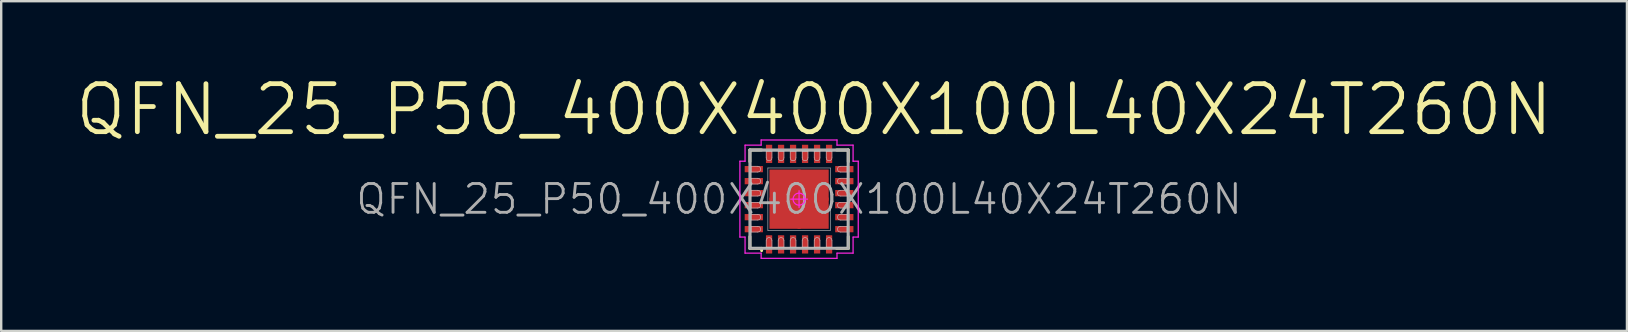
<source format=kicad_pcb>
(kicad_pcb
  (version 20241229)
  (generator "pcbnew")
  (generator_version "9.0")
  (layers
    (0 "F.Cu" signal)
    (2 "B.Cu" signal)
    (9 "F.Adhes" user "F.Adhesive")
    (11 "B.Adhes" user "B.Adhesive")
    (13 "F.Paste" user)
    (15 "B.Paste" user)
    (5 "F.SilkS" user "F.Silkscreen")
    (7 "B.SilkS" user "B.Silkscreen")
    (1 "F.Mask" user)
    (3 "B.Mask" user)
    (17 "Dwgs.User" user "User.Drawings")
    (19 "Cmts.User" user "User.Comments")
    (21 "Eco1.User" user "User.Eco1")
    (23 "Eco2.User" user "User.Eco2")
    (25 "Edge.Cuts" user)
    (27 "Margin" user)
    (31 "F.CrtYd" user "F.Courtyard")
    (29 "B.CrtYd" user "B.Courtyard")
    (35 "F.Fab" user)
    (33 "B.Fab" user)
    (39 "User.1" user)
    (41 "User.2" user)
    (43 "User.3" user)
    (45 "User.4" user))
  (footprint "QFN_25_P50_400X400X100L40X24T260N"
    (layer "F.Cu")
    (at 30.237 5.246)
    (property "Reference" "QFN_25_P50_400X400X100L40X24T260N" (at 0 0 0) (layer "F.Fab") (effects (font (size 1.2 1.2) (thickness 0.12))))
    (attr smd)
    (fp_line (start -2.05 -2.05) (end -2.05 -1.56) (stroke (width 0.12) (type solid)) (layer "F.SilkS"))
    (fp_line (start -2.05 2.05) (end -2.05 1.56) (stroke (width 0.12) (type solid)) (layer "F.SilkS"))
    (fp_line (start -1.56 -2.05) (end -2.05 -2.05) (stroke (width 0.12) (type solid)) (layer "F.SilkS"))
    (fp_line (start -1.56 2.05) (end -2.05 2.05) (stroke (width 0.12) (type solid)) (layer "F.SilkS"))
    (fp_line (start -1.56 2.05) (end -1.56 2.145) (stroke (width 0.12) (type solid)) (layer "F.SilkS"))
    (fp_line (start 1.56 -2.05) (end 2.05 -2.05) (stroke (width 0.12) (type solid)) (layer "F.SilkS"))
    (fp_line (start 1.56 2.05) (end 2.05 2.05) (stroke (width 0.12) (type solid)) (layer "F.SilkS"))
    (fp_line (start 2.05 -2.05) (end 2.05 -1.56) (stroke (width 0.12) (type solid)) (layer "F.SilkS"))
    (fp_line (start 2.05 2.05) (end 2.05 1.56) (stroke (width 0.12) (type solid)) (layer "F.SilkS"))
    (fp_line (start -2 -2) (end 2 -2) (stroke (width 0.025) (type solid)) (layer "Dwgs.User"))
    (fp_line (start -2 -1.37) (end -2 -1.13) (stroke (width 0.025) (type solid)) (layer "Dwgs.User"))
    (fp_line (start -2 -1.13) (end -1.72 -1.13) (stroke (width 0.025) (type solid)) (layer "Dwgs.User"))
    (fp_line (start -2 -0.87) (end -2 -0.63) (stroke (width 0.025) (type solid)) (layer "Dwgs.User"))
    (fp_line (start -2 -0.63) (end -1.72 -0.63) (stroke (width 0.025) (type solid)) (layer "Dwgs.User"))
    (fp_line (start -2 -0.37) (end -2 -0.13) (stroke (width 0.025) (type solid)) (layer "Dwgs.User"))
    (fp_line (start -2 -0.13) (end -1.72 -0.13) (stroke (width 0.025) (type solid)) (layer "Dwgs.User"))
    (fp_line (start -2 0.13) (end -2 0.37) (stroke (width 0.025) (type solid)) (layer "Dwgs.User"))
    (fp_line (start -2 0.37) (end -1.72 0.37) (stroke (width 0.025) (type solid)) (layer "Dwgs.User"))
    (fp_line (start -2 0.63) (end -2 0.87) (stroke (width 0.025) (type solid)) (layer "Dwgs.User"))
    (fp_line (start -2 0.87) (end -1.72 0.87) (stroke (width 0.025) (type solid)) (layer "Dwgs.User"))
    (fp_line (start -2 1.13) (end -2 1.37) (stroke (width 0.025) (type solid)) (layer "Dwgs.User"))
    (fp_line (start -2 1.37) (end -1.72 1.37) (stroke (width 0.025) (type solid)) (layer "Dwgs.User"))
    (fp_line (start -2 2) (end -2 -2) (stroke (width 0.025) (type solid)) (layer "Dwgs.User"))
    (fp_line (start -1.72 -1.37) (end -2 -1.37) (stroke (width 0.025) (type solid)) (layer "Dwgs.User"))
    (fp_line (start -1.72 -0.87) (end -2 -0.87) (stroke (width 0.025) (type solid)) (layer "Dwgs.User"))
    (fp_line (start -1.72 -0.37) (end -2 -0.37) (stroke (width 0.025) (type solid)) (layer "Dwgs.User"))
    (fp_line (start -1.72 0.13) (end -2 0.13) (stroke (width 0.025) (type solid)) (layer "Dwgs.User"))
    (fp_line (start -1.72 0.63) (end -2 0.63) (stroke (width 0.025) (type solid)) (layer "Dwgs.User"))
    (fp_line (start -1.72 1.13) (end -2 1.13) (stroke (width 0.025) (type solid)) (layer "Dwgs.User"))
    (fp_line (start -1.37 -2) (end -1.37 -1.72) (stroke (width 0.025) (type solid)) (layer "Dwgs.User"))
    (fp_line (start -1.37 1.72) (end -1.37 2) (stroke (width 0.025) (type solid)) (layer "Dwgs.User"))
    (fp_line (start -1.37 2) (end -1.13 2) (stroke (width 0.025) (type solid)) (layer "Dwgs.User"))
    (fp_line (start -1.3 -1.3) (end 1.3 -1.3) (stroke (width 0.025) (type solid)) (layer "Dwgs.User"))
    (fp_line (start -1.3 1.3) (end -1.3 -1.3) (stroke (width 0.025) (type solid)) (layer "Dwgs.User"))
    (fp_line (start -1.13 -2) (end -1.37 -2) (stroke (width 0.025) (type solid)) (layer "Dwgs.User"))
    (fp_line (start -1.13 -1.72) (end -1.13 -2) (stroke (width 0.025) (type solid)) (layer "Dwgs.User"))
    (fp_line (start -1.13 2) (end -1.13 1.72) (stroke (width 0.025) (type solid)) (layer "Dwgs.User"))
    (fp_line (start -0.87 -2) (end -0.87 -1.72) (stroke (width 0.025) (type solid)) (layer "Dwgs.User"))
    (fp_line (start -0.87 1.72) (end -0.87 2) (stroke (width 0.025) (type solid)) (layer "Dwgs.User"))
    (fp_line (start -0.87 2) (end -0.63 2) (stroke (width 0.025) (type solid)) (layer "Dwgs.User"))
    (fp_line (start -0.63 -2) (end -0.87 -2) (stroke (width 0.025) (type solid)) (layer "Dwgs.User"))
    (fp_line (start -0.63 -1.72) (end -0.63 -2) (stroke (width 0.025) (type solid)) (layer "Dwgs.User"))
    (fp_line (start -0.63 2) (end -0.63 1.72) (stroke (width 0.025) (type solid)) (layer "Dwgs.User"))
    (fp_line (start -0.37 -2) (end -0.37 -1.72) (stroke (width 0.025) (type solid)) (layer "Dwgs.User"))
    (fp_line (start -0.37 1.72) (end -0.37 2) (stroke (width 0.025) (type solid)) (layer "Dwgs.User"))
    (fp_line (start -0.37 2) (end -0.13 2) (stroke (width 0.025) (type solid)) (layer "Dwgs.User"))
    (fp_line (start -0.13 -2) (end -0.37 -2) (stroke (width 0.025) (type solid)) (layer "Dwgs.User"))
    (fp_line (start -0.13 -1.72) (end -0.13 -2) (stroke (width 0.025) (type solid)) (layer "Dwgs.User"))
    (fp_line (start -0.13 2) (end -0.13 1.72) (stroke (width 0.025) (type solid)) (layer "Dwgs.User"))
    (fp_line (start 0.13 -2) (end 0.13 -1.72) (stroke (width 0.025) (type solid)) (layer "Dwgs.User"))
    (fp_line (start 0.13 1.72) (end 0.13 2) (stroke (width 0.025) (type solid)) (layer "Dwgs.User"))
    (fp_line (start 0.13 2) (end 0.37 2) (stroke (width 0.025) (type solid)) (layer "Dwgs.User"))
    (fp_line (start 0.37 -2) (end 0.13 -2) (stroke (width 0.025) (type solid)) (layer "Dwgs.User"))
    (fp_line (start 0.37 -1.72) (end 0.37 -2) (stroke (width 0.025) (type solid)) (layer "Dwgs.User"))
    (fp_line (start 0.37 2) (end 0.37 1.72) (stroke (width 0.025) (type solid)) (layer "Dwgs.User"))
    (fp_line (start 0.63 -2) (end 0.63 -1.72) (stroke (width 0.025) (type solid)) (layer "Dwgs.User"))
    (fp_line (start 0.63 1.72) (end 0.63 2) (stroke (width 0.025) (type solid)) (layer "Dwgs.User"))
    (fp_line (start 0.63 2) (end 0.87 2) (stroke (width 0.025) (type solid)) (layer "Dwgs.User"))
    (fp_line (start 0.87 -2) (end 0.63 -2) (stroke (width 0.025) (type solid)) (layer "Dwgs.User"))
    (fp_line (start 0.87 -1.72) (end 0.87 -2) (stroke (width 0.025) (type solid)) (layer "Dwgs.User"))
    (fp_line (start 0.87 2) (end 0.87 1.72) (stroke (width 0.025) (type solid)) (layer "Dwgs.User"))
    (fp_line (start 1.13 -2) (end 1.13 -1.72) (stroke (width 0.025) (type solid)) (layer "Dwgs.User"))
    (fp_line (start 1.13 1.72) (end 1.13 2) (stroke (width 0.025) (type solid)) (layer "Dwgs.User"))
    (fp_line (start 1.13 2) (end 1.37 2) (stroke (width 0.025) (type solid)) (layer "Dwgs.User"))
    (fp_line (start 1.3 -1.3) (end 1.3 1.3) (stroke (width 0.025) (type solid)) (layer "Dwgs.User"))
    (fp_line (start 1.3 1.3) (end -1.3 1.3) (stroke (width 0.025) (type solid)) (layer "Dwgs.User"))
    (fp_line (start 1.37 -2) (end 1.13 -2) (stroke (width 0.025) (type solid)) (layer "Dwgs.User"))
    (fp_line (start 1.37 -1.72) (end 1.37 -2) (stroke (width 0.025) (type solid)) (layer "Dwgs.User"))
    (fp_line (start 1.37 2) (end 1.37 1.72) (stroke (width 0.025) (type solid)) (layer "Dwgs.User"))
    (fp_line (start 1.72 -1.13) (end 2 -1.13) (stroke (width 0.025) (type solid)) (layer "Dwgs.User"))
    (fp_line (start 1.72 -0.63) (end 2 -0.63) (stroke (width 0.025) (type solid)) (layer "Dwgs.User"))
    (fp_line (start 1.72 -0.13) (end 2 -0.13) (stroke (width 0.025) (type solid)) (layer "Dwgs.User"))
    (fp_line (start 1.72 0.37) (end 2 0.37) (stroke (width 0.025) (type solid)) (layer "Dwgs.User"))
    (fp_line (start 1.72 0.87) (end 2 0.87) (stroke (width 0.025) (type solid)) (layer "Dwgs.User"))
    (fp_line (start 1.72 1.37) (end 2 1.37) (stroke (width 0.025) (type solid)) (layer "Dwgs.User"))
    (fp_line (start 2 -2) (end 2 2) (stroke (width 0.025) (type solid)) (layer "Dwgs.User"))
    (fp_line (start 2 -1.37) (end 1.72 -1.37) (stroke (width 0.025) (type solid)) (layer "Dwgs.User"))
    (fp_line (start 2 -1.13) (end 2 -1.37) (stroke (width 0.025) (type solid)) (layer "Dwgs.User"))
    (fp_line (start 2 -0.87) (end 1.72 -0.87) (stroke (width 0.025) (type solid)) (layer "Dwgs.User"))
    (fp_line (start 2 -0.63) (end 2 -0.87) (stroke (width 0.025) (type solid)) (layer "Dwgs.User"))
    (fp_line (start 2 -0.37) (end 1.72 -0.37) (stroke (width 0.025) (type solid)) (layer "Dwgs.User"))
    (fp_line (start 2 -0.13) (end 2 -0.37) (stroke (width 0.025) (type solid)) (layer "Dwgs.User"))
    (fp_line (start 2 0.13) (end 1.72 0.13) (stroke (width 0.025) (type solid)) (layer "Dwgs.User"))
    (fp_line (start 2 0.37) (end 2 0.13) (stroke (width 0.025) (type solid)) (layer "Dwgs.User"))
    (fp_line (start 2 0.63) (end 1.72 0.63) (stroke (width 0.025) (type solid)) (layer "Dwgs.User"))
    (fp_line (start 2 0.87) (end 2 0.63) (stroke (width 0.025) (type solid)) (layer "Dwgs.User"))
    (fp_line (start 2 1.13) (end 1.72 1.13) (stroke (width 0.025) (type solid)) (layer "Dwgs.User"))
    (fp_line (start 2 1.37) (end 2 1.13) (stroke (width 0.025) (type solid)) (layer "Dwgs.User"))
    (fp_line (start 2 2) (end -2 2) (stroke (width 0.025) (type solid)) (layer "Dwgs.User"))
    (fp_arc (start -1.72 -1.37) (mid -1.6 -1.25) (end -1.72 -1.13) (stroke (width 0.025) (type solid)) (layer "Dwgs.User"))
    (fp_arc (start -1.72 -0.87) (mid -1.6 -0.75) (end -1.72 -0.63) (stroke (width 0.025) (type solid)) (layer "Dwgs.User"))
    (fp_arc (start -1.72 -0.37) (mid -1.6 -0.25) (end -1.72 -0.13) (stroke (width 0.025) (type solid)) (layer "Dwgs.User"))
    (fp_arc (start -1.72 0.13) (mid -1.6 0.25) (end -1.72 0.37) (stroke (width 0.025) (type solid)) (layer "Dwgs.User"))
    (fp_arc (start -1.72 0.63) (mid -1.6 0.75) (end -1.72 0.87) (stroke (width 0.025) (type solid)) (layer "Dwgs.User"))
    (fp_arc (start -1.72 1.13) (mid -1.6 1.25) (end -1.72 1.37) (stroke (width 0.025) (type solid)) (layer "Dwgs.User"))
    (fp_arc (start -1.37 1.72) (mid -1.25 1.6) (end -1.13 1.72) (stroke (width 0.025) (type solid)) (layer "Dwgs.User"))
    (fp_arc (start -1.13 -1.72) (mid -1.25 -1.6) (end -1.37 -1.72) (stroke (width 0.025) (type solid)) (layer "Dwgs.User"))
    (fp_arc (start -0.87 1.72) (mid -0.75 1.6) (end -0.63 1.72) (stroke (width 0.025) (type solid)) (layer "Dwgs.User"))
    (fp_arc (start -0.63 -1.72) (mid -0.75 -1.6) (end -0.87 -1.72) (stroke (width 0.025) (type solid)) (layer "Dwgs.User"))
    (fp_arc (start -0.37 1.72) (mid -0.25 1.6) (end -0.13 1.72) (stroke (width 0.025) (type solid)) (layer "Dwgs.User"))
    (fp_arc (start -0.13 -1.72) (mid -0.25 -1.6) (end -0.37 -1.72) (stroke (width 0.025) (type solid)) (layer "Dwgs.User"))
    (fp_arc (start 0.13 1.72) (mid 0.25 1.6) (end 0.37 1.72) (stroke (width 0.025) (type solid)) (layer "Dwgs.User"))
    (fp_arc (start 0.37 -1.72) (mid 0.25 -1.6) (end 0.13 -1.72) (stroke (width 0.025) (type solid)) (layer "Dwgs.User"))
    (fp_arc (start 0.63 1.72) (mid 0.75 1.6) (end 0.87 1.72) (stroke (width 0.025) (type solid)) (layer "Dwgs.User"))
    (fp_arc (start 0.87 -1.72) (mid 0.75 -1.6) (end 0.63 -1.72) (stroke (width 0.025) (type solid)) (layer "Dwgs.User"))
    (fp_arc (start 1.13 1.72) (mid 1.25 1.6) (end 1.37 1.72) (stroke (width 0.025) (type solid)) (layer "Dwgs.User"))
    (fp_arc (start 1.37 -1.72) (mid 1.25 -1.6) (end 1.13 -1.72) (stroke (width 0.025) (type solid)) (layer "Dwgs.User"))
    (fp_arc (start 1.72 -1.13) (mid 1.6 -1.25) (end 1.72 -1.37) (stroke (width 0.025) (type solid)) (layer "Dwgs.User"))
    (fp_arc (start 1.72 -0.63) (mid 1.6 -0.75) (end 1.72 -0.87) (stroke (width 0.025) (type solid)) (layer "Dwgs.User"))
    (fp_arc (start 1.72 -0.13) (mid 1.6 -0.25) (end 1.72 -0.37) (stroke (width 0.025) (type solid)) (layer "Dwgs.User"))
    (fp_arc (start 1.72 0.37) (mid 1.6 0.25) (end 1.72 0.13) (stroke (width 0.025) (type solid)) (layer "Dwgs.User"))
    (fp_arc (start 1.72 0.87) (mid 1.6 0.75) (end 1.72 0.63) (stroke (width 0.025) (type solid)) (layer "Dwgs.User"))
    (fp_arc (start 1.72 1.37) (mid 1.6 1.25) (end 1.72 1.13) (stroke (width 0.025) (type solid)) (layer "Dwgs.User"))
    (fp_line (start -2.465 -1.58) (end -2.465 1.58) (stroke (width 0.05) (type solid)) (layer "F.CrtYd"))
    (fp_line (start -2.465 1.58) (end -2.25 1.58) (stroke (width 0.05) (type solid)) (layer "F.CrtYd"))
    (fp_line (start -2.25 -2.25) (end -2.25 -1.58) (stroke (width 0.05) (type solid)) (layer "F.CrtYd"))
    (fp_line (start -2.25 -1.58) (end -2.465 -1.58) (stroke (width 0.05) (type solid)) (layer "F.CrtYd"))
    (fp_line (start -2.25 1.58) (end -2.25 2.25) (stroke (width 0.05) (type solid)) (layer "F.CrtYd"))
    (fp_line (start -2.25 2.25) (end -1.58 2.25) (stroke (width 0.05) (type solid)) (layer "F.CrtYd"))
    (fp_line (start -1.58 -2.465) (end -1.58 -2.25) (stroke (width 0.05) (type solid)) (layer "F.CrtYd"))
    (fp_line (start -1.58 -2.25) (end -2.25 -2.25) (stroke (width 0.05) (type solid)) (layer "F.CrtYd"))
    (fp_line (start -1.58 2.25) (end -1.58 2.465) (stroke (width 0.05) (type solid)) (layer "F.CrtYd"))
    (fp_line (start -1.58 2.465) (end 1.58 2.465) (stroke (width 0.05) (type solid)) (layer "F.CrtYd"))
    (fp_line (start -0.35 0) (end 0.35 0) (stroke (width 0.05) (type solid)) (layer "F.CrtYd"))
    (fp_line (start 0 -0.35) (end 0 0.35) (stroke (width 0.05) (type solid)) (layer "F.CrtYd"))
    (fp_line (start 1.58 -2.465) (end -1.58 -2.465) (stroke (width 0.05) (type solid)) (layer "F.CrtYd"))
    (fp_line (start 1.58 -2.25) (end 1.58 -2.465) (stroke (width 0.05) (type solid)) (layer "F.CrtYd"))
    (fp_line (start 1.58 2.25) (end 2.25 2.25) (stroke (width 0.05) (type solid)) (layer "F.CrtYd"))
    (fp_line (start 1.58 2.465) (end 1.58 2.25) (stroke (width 0.05) (type solid)) (layer "F.CrtYd"))
    (fp_line (start 2.25 -2.25) (end 1.58 -2.25) (stroke (width 0.05) (type solid)) (layer "F.CrtYd"))
    (fp_line (start 2.25 -1.58) (end 2.25 -2.25) (stroke (width 0.05) (type solid)) (layer "F.CrtYd"))
    (fp_line (start 2.25 1.58) (end 2.465 1.58) (stroke (width 0.05) (type solid)) (layer "F.CrtYd"))
    (fp_line (start 2.25 2.25) (end 2.25 1.58) (stroke (width 0.05) (type solid)) (layer "F.CrtYd"))
    (fp_line (start 2.465 -1.58) (end 2.25 -1.58) (stroke (width 0.05) (type solid)) (layer "F.CrtYd"))
    (fp_line (start 2.465 1.58) (end 2.465 -1.58) (stroke (width 0.05) (type solid)) (layer "F.CrtYd"))
    (fp_circle (center 0 0) (end 0 0.25) (stroke (width 0.05) (type solid)) (fill no) (layer "F.CrtYd"))
    (fp_line (start -2.05 -2.05) (end 2.05 -2.05) (stroke (width 0.12) (type solid)) (layer "F.Fab"))
    (fp_line (start -2.05 2.05) (end -2.05 -2.05) (stroke (width 0.12) (type solid)) (layer "F.Fab"))
    (fp_line (start 2.05 -2.05) (end 2.05 2.05) (stroke (width 0.12) (type solid)) (layer "F.Fab"))
    (fp_line (start 2.05 2.05) (end -2.05 2.05) (stroke (width 0.12) (type solid)) (layer "F.Fab"))
    (fp_text user "${REFERENCE}" (at 0.625 -3.725 0) (layer "F.SilkS") (effects (font (size 2 2) (thickness 0.2))))
    (pad "" smd rect (at -0.585 -0.585 90) (size 0.92 0.92) (layers "F.Paste"))
    (pad "" smd rect (at -0.585 0.585 90) (size 0.92 0.92) (layers "F.Paste"))
    (pad "" smd rect (at 0.585 -0.585 90) (size 0.92 0.92) (layers "F.Paste"))
    (pad "" smd rect (at 0.585 0.585 90) (size 0.92 0.92) (layers "F.Paste"))
    (pad "1" smd rect (at -1.25 1.885 90) (size 0.76 0.26) (layers "F.Cu" "F.Mask" "F.Paste"))
    (pad "2" smd rect (at -0.75 1.885 90) (size 0.76 0.26) (layers "F.Cu" "F.Mask" "F.Paste"))
    (pad "3" smd rect (at -0.25 1.885 90) (size 0.76 0.26) (layers "F.Cu" "F.Mask" "F.Paste"))
    (pad "4" smd rect (at 0.25 1.885 90) (size 0.76 0.26) (layers "F.Cu" "F.Mask" "F.Paste"))
    (pad "5" smd rect (at 0.75 1.885 90) (size 0.76 0.26) (layers "F.Cu" "F.Mask" "F.Paste"))
    (pad "6" smd rect (at 1.25 1.885 90) (size 0.76 0.26) (layers "F.Cu" "F.Mask" "F.Paste"))
    (pad "7" smd rect (at 1.885 1.25) (size 0.76 0.26) (layers "F.Cu" "F.Mask" "F.Paste"))
    (pad "8" smd rect (at 1.885 0.75) (size 0.76 0.26) (layers "F.Cu" "F.Mask" "F.Paste"))
    (pad "9" smd rect (at 1.885 0.25) (size 0.76 0.26) (layers "F.Cu" "F.Mask" "F.Paste"))
    (pad "10" smd rect (at 1.885 -0.25) (size 0.76 0.26) (layers "F.Cu" "F.Mask" "F.Paste"))
    (pad "11" smd rect (at 1.885 -0.75) (size 0.76 0.26) (layers "F.Cu" "F.Mask" "F.Paste"))
    (pad "12" smd rect (at 1.885 -1.25) (size 0.76 0.26) (layers "F.Cu" "F.Mask" "F.Paste"))
    (pad "13" smd rect (at 1.25 -1.885 90) (size 0.76 0.26) (layers "F.Cu" "F.Mask" "F.Paste"))
    (pad "14" smd rect (at 0.75 -1.885 90) (size 0.76 0.26) (layers "F.Cu" "F.Mask" "F.Paste"))
    (pad "15" smd rect (at 0.25 -1.885 90) (size 0.76 0.26) (layers "F.Cu" "F.Mask" "F.Paste"))
    (pad "16" smd rect (at -0.25 -1.885 90) (size 0.76 0.26) (layers "F.Cu" "F.Mask" "F.Paste"))
    (pad "17" smd rect (at -0.75 -1.885 90) (size 0.76 0.26) (layers "F.Cu" "F.Mask" "F.Paste"))
    (pad "18" smd rect (at -1.25 -1.885 90) (size 0.76 0.26) (layers "F.Cu" "F.Mask" "F.Paste"))
    (pad "19" smd rect (at -1.885 -1.25) (size 0.76 0.26) (layers "F.Cu" "F.Mask" "F.Paste"))
    (pad "20" smd rect (at -1.885 -0.75) (size 0.76 0.26) (layers "F.Cu" "F.Mask" "F.Paste"))
    (pad "21" smd rect (at -1.885 -0.25) (size 0.76 0.26) (layers "F.Cu" "F.Mask" "F.Paste"))
    (pad "22" smd rect (at -1.885 0.25) (size 0.76 0.26) (layers "F.Cu" "F.Mask" "F.Paste"))
    (pad "23" smd rect (at -1.885 0.75) (size 0.76 0.26) (layers "F.Cu" "F.Mask" "F.Paste"))
    (pad "24" smd rect (at -1.885 1.25) (size 0.76 0.26) (layers "F.Cu" "F.Mask" "F.Paste"))
    (pad "25" smd rect (at -0.585 -0.585) (size 1.3 1.3) (layers "F.Cu" "F.Mask" "F.Paste"))
    (pad "25" smd rect (at -0.585 0.585) (size 1.3 1.3) (layers "F.Cu" "F.Mask" "F.Paste"))
    (pad "25" smd rect (at 0.585 -0.585) (size 1.3 1.3) (layers "F.Cu" "F.Mask" "F.Paste"))
    (pad "25" smd rect (at 0.585 0.585) (size 1.3 1.3) (layers "F.Cu" "F.Mask" "F.Paste")))
  (gr_rect
    (start -3 -3)
    (end 64.724 10.736)
    (stroke (width 0.1) (type default))
    (fill no)
    (layer "Edge.Cuts")))
</source>
